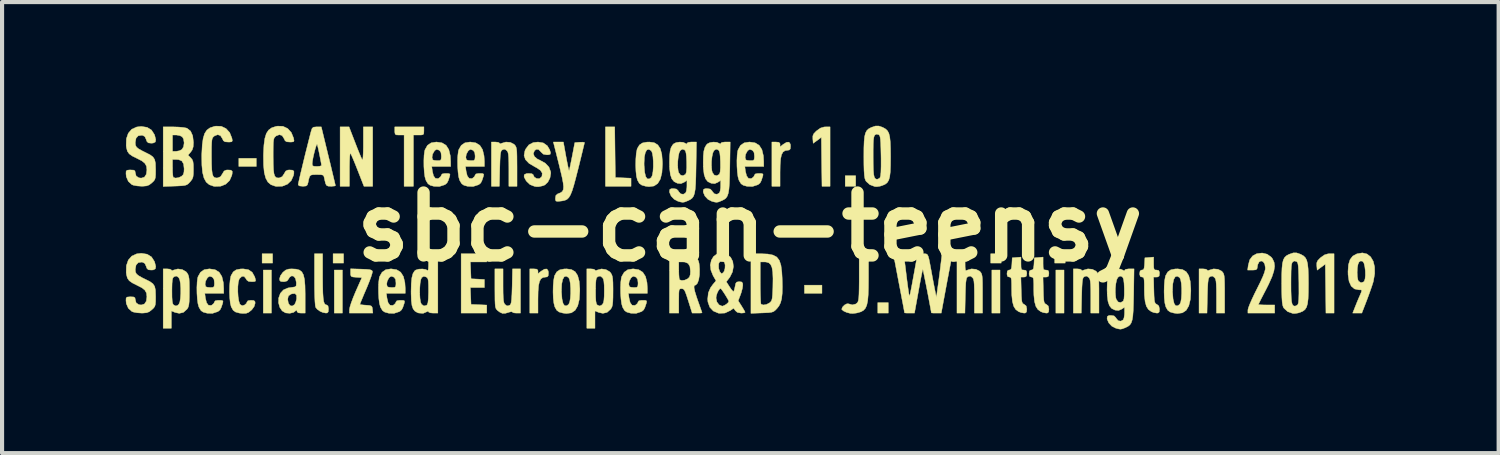
<source format=kicad_pcb>
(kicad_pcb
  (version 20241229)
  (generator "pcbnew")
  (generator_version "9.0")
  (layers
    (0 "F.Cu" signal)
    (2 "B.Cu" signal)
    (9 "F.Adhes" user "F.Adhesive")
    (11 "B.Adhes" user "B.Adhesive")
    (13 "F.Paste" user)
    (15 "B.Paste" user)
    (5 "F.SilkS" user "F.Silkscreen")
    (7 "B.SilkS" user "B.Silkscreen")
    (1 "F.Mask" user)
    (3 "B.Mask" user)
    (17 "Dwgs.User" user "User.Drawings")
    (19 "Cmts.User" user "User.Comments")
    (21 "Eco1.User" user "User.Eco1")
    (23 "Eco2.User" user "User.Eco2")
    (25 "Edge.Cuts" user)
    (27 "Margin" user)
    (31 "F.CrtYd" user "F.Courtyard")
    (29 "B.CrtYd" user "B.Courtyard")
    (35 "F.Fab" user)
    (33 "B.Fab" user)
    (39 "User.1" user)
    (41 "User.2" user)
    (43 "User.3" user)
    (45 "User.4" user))
  (footprint "sbc-can-teensy"
    (layer "F.Cu")
    (at 15.131 2.454)
    (property "Reference" "sbc-can-teensy" (at 0 0 0) (layer "F.SilkS") (effects (font (size 1.524 1.524) (thickness 0.3))))
    (attr through_hole)
    (fp_poly (pts (xy -11.966 -1.468) (xy -12.39 -1.468) (xy -12.39 -1.665) (xy -11.966 -1.665) (xy -11.966 -1.468)) (stroke (width 0.01) (type solid)) (fill yes) (layer "F.SilkS"))
    (fp_poly (pts (xy -11.599 2.088) (xy -11.797 2.088) (xy -11.797 1.044) (xy -11.599 1.044) (xy -11.599 2.088)) (stroke (width 0.01) (type solid)) (fill yes) (layer "F.SilkS"))
    (fp_poly (pts (xy -11.571 0.875) (xy -11.825 0.875) (xy -11.825 0.649) (xy -11.571 0.649) (xy -11.571 0.875)) (stroke (width 0.01) (type solid)) (fill yes) (layer "F.SilkS"))
    (fp_poly (pts (xy -9.878 2.088) (xy -10.075 2.088) (xy -10.075 1.044) (xy -9.878 1.044) (xy -9.878 2.088)) (stroke (width 0.01) (type solid)) (fill yes) (layer "F.SilkS"))
    (fp_poly (pts (xy -9.85 0.875) (xy -10.104 0.875) (xy -10.104 0.649) (xy -9.85 0.649) (xy -9.85 0.875)) (stroke (width 0.01) (type solid)) (fill yes) (layer "F.SilkS"))
    (fp_poly (pts (xy 1.75 1.609) (xy 1.326 1.609) (xy 1.326 1.411) (xy 1.75 1.411) (xy 1.75 1.609)) (stroke (width 0.01) (type solid)) (fill yes) (layer "F.SilkS"))
    (fp_poly (pts (xy 2.568 -0.988) (xy 2.314 -0.988) (xy 2.314 -1.242) (xy 2.568 -1.242) (xy 2.568 -0.988)) (stroke (width 0.01) (type solid)) (fill yes) (layer "F.SilkS"))
    (fp_poly (pts (xy 3.358 2.088) (xy 3.104 2.088) (xy 3.104 1.834) (xy 3.358 1.834) (xy 3.358 2.088)) (stroke (width 0.01) (type solid)) (fill yes) (layer "F.SilkS"))
    (fp_poly (pts (xy 6.068 2.088) (xy 5.87 2.088) (xy 5.87 1.044) (xy 6.068 1.044) (xy 6.068 2.088)) (stroke (width 0.01) (type solid)) (fill yes) (layer "F.SilkS"))
    (fp_poly (pts (xy 6.096 0.875) (xy 5.842 0.875) (xy 5.842 0.649) (xy 6.096 0.649) (xy 6.096 0.875)) (stroke (width 0.01) (type solid)) (fill yes) (layer "F.SilkS"))
    (fp_poly (pts (xy 7.62 2.088) (xy 7.422 2.088) (xy 7.422 1.044) (xy 7.62 1.044) (xy 7.62 2.088)) (stroke (width 0.01) (type solid)) (fill yes) (layer "F.SilkS"))
    (fp_poly (pts (xy 7.648 0.875) (xy 7.394 0.875) (xy 7.394 0.649) (xy 7.648 0.649) (xy 7.648 0.875)) (stroke (width 0.01) (type solid)) (fill yes) (layer "F.SilkS"))
    (fp_poly (pts (xy -3.26 -1.199) (xy -2.879 -1.183) (xy -2.879 -0.988) (xy -3.5 -0.988) (xy -3.5 -2.427) (xy -3.275 -2.427) (xy -3.26 -1.199)) (stroke (width 0.01) (type solid)) (fill yes) (layer "F.SilkS"))
    (fp_poly (pts (xy -6.378 0.847) (xy -6.776 0.847) (xy -6.759 1.256) (xy -6.597 1.264) (xy -6.435 1.273) (xy -6.435 1.468) (xy -6.776 1.468) (xy -6.768 1.672) (xy -6.759 1.877) (xy -6.378 1.893) (xy -6.378 2.088) (xy -6.999 2.088) (xy -6.999 0.649) (xy -6.378 0.649) (xy -6.378 0.847)) (stroke (width 0.01) (type solid)) (fill yes) (layer "F.SilkS"))
    (fp_poly (pts (xy 1.947 -0.988) (xy 1.751 -0.988) (xy 1.743 -1.582) (xy 1.736 -2.175) (xy 1.538 -2.029) (xy 1.529 -2.136) (xy 1.529 -2.207) (xy 1.551 -2.261) (xy 1.606 -2.319) (xy 1.625 -2.335) (xy 1.715 -2.399) (xy 1.801 -2.425) (xy 1.839 -2.427) (xy 1.947 -2.427) (xy 1.947 -0.988)) (stroke (width 0.01) (type solid)) (fill yes) (layer "F.SilkS"))
    (fp_poly (pts (xy 14.168 2.088) (xy 13.971 2.088) (xy 13.964 1.495) (xy 13.956 0.901) (xy 13.758 1.047) (xy 13.749 0.94) (xy 13.749 0.869) (xy 13.771 0.816) (xy 13.826 0.758) (xy 13.845 0.741) (xy 13.935 0.677) (xy 14.021 0.651) (xy 14.059 0.649) (xy 14.168 0.649) (xy 14.168 2.088)) (stroke (width 0.01) (type solid)) (fill yes) (layer "F.SilkS"))
    (fp_poly (pts (xy -7.902 -2.328) (xy -7.905 -2.268) (xy -7.923 -2.239) (xy -7.973 -2.23) (xy -8.029 -2.23) (xy -8.156 -2.23) (xy -8.156 -0.988) (xy -8.382 -0.988) (xy -8.382 -2.23) (xy -8.495 -2.23) (xy -8.567 -2.233) (xy -8.599 -2.251) (xy -8.608 -2.299) (xy -8.608 -2.328) (xy -8.608 -2.427) (xy -7.902 -2.427) (xy -7.902 -2.328)) (stroke (width 0.01) (type solid)) (fill yes) (layer "F.SilkS"))
    (fp_poly (pts (xy -5.167 1.022) (xy -5.14 1.046) (xy -5.136 1.074) (xy -5.136 1.133) (xy -5.062 1.074) (xy -4.977 1.022) (xy -4.919 1.019) (xy -4.888 1.065) (xy -4.882 1.115) (xy -4.888 1.182) (xy -4.912 1.21) (xy -4.946 1.214) (xy -5.014 1.224) (xy -5.065 1.258) (xy -5.1 1.323) (xy -5.122 1.424) (xy -5.133 1.569) (xy -5.136 1.752) (xy -5.136 2.088) (xy -5.334 2.088) (xy -5.334 1.016) (xy -5.235 1.016) (xy -5.167 1.022)) (stroke (width 0.01) (type solid)) (fill yes) (layer "F.SilkS"))
    (fp_poly (pts (xy 0.703 -2.054) (xy 0.73 -2.03) (xy 0.734 -2.002) (xy 0.734 -1.943) (xy 0.808 -2.002) (xy 0.893 -2.054) (xy 0.951 -2.057) (xy 0.983 -2.011) (xy 0.988 -1.961) (xy 0.982 -1.894) (xy 0.958 -1.867) (xy 0.924 -1.862) (xy 0.856 -1.852) (xy 0.806 -1.818) (xy 0.77 -1.753) (xy 0.748 -1.652) (xy 0.737 -1.507) (xy 0.734 -1.325) (xy 0.734 -0.988) (xy 0.536 -0.988) (xy 0.536 -2.06) (xy 0.635 -2.06) (xy 0.703 -2.054)) (stroke (width 0.01) (type solid)) (fill yes) (layer "F.SilkS"))
    (fp_poly (pts (xy -10.358 1.215) (xy -10.356 1.432) (xy -10.352 1.598) (xy -10.344 1.72) (xy -10.332 1.805) (xy -10.314 1.857) (xy -10.289 1.884) (xy -10.258 1.891) (xy -10.227 1.914) (xy -10.216 1.985) (xy -10.216 1.99) (xy -10.222 2.057) (xy -10.246 2.084) (xy -10.28 2.087) (xy -10.352 2.073) (xy -10.42 2.044) (xy -10.486 1.997) (xy -10.526 1.949) (xy -10.536 1.902) (xy -10.544 1.806) (xy -10.55 1.667) (xy -10.554 1.491) (xy -10.555 1.285) (xy -10.555 1.272) (xy -10.555 0.649) (xy -10.358 0.649) (xy -10.358 1.215)) (stroke (width 0.01) (type solid)) (fill yes) (layer "F.SilkS"))
    (fp_poly (pts (xy -9.567 -2.039) (xy -9.513 -1.9) (xy -9.464 -1.779) (xy -9.425 -1.687) (xy -9.399 -1.633) (xy -9.394 -1.624) (xy -9.385 -1.641) (xy -9.378 -1.705) (xy -9.373 -1.809) (xy -9.37 -1.942) (xy -9.37 -2.012) (xy -9.37 -2.427) (xy -9.144 -2.427) (xy -9.144 -0.988) (xy -9.25 -0.988) (xy -9.356 -0.988) (xy -9.508 -1.376) (xy -9.563 -1.515) (xy -9.613 -1.636) (xy -9.653 -1.728) (xy -9.679 -1.782) (xy -9.684 -1.791) (xy -9.693 -1.774) (xy -9.7 -1.709) (xy -9.705 -1.605) (xy -9.708 -1.469) (xy -9.708 -1.403) (xy -9.708 -0.988) (xy -9.934 -0.988) (xy -9.934 -2.427) (xy -9.717 -2.427) (xy -9.567 -2.039)) (stroke (width 0.01) (type solid)) (fill yes) (layer "F.SilkS"))
    (fp_poly (pts (xy 2.879 1.23) (xy 2.877 1.465) (xy 2.871 1.649) (xy 2.859 1.79) (xy 2.837 1.895) (xy 2.804 1.97) (xy 2.758 2.021) (xy 2.696 2.056) (xy 2.615 2.08) (xy 2.583 2.087) (xy 2.502 2.097) (xy 2.441 2.095) (xy 2.348 2.071) (xy 2.274 2.037) (xy 2.233 2.002) (xy 2.23 1.991) (xy 2.25 1.94) (xy 2.299 1.891) (xy 2.356 1.862) (xy 2.399 1.864) (xy 2.486 1.889) (xy 2.57 1.868) (xy 2.606 1.839) (xy 2.622 1.815) (xy 2.634 1.777) (xy 2.643 1.717) (xy 2.648 1.629) (xy 2.651 1.503) (xy 2.653 1.334) (xy 2.653 1.218) (xy 2.653 0.649) (xy 2.879 0.649) (xy 2.879 1.23)) (stroke (width 0.01) (type solid)) (fill yes) (layer "F.SilkS"))
    (fp_poly (pts (xy -9.419 1.022) (xy -9.294 1.027) (xy -9.215 1.035) (xy -9.171 1.049) (xy -9.152 1.069) (xy -9.149 1.079) (xy -9.157 1.122) (xy -9.183 1.206) (xy -9.225 1.319) (xy -9.278 1.451) (xy -9.297 1.496) (xy -9.354 1.628) (xy -9.401 1.741) (xy -9.436 1.825) (xy -9.453 1.871) (xy -9.454 1.876) (xy -9.429 1.884) (xy -9.364 1.892) (xy -9.306 1.896) (xy -9.22 1.903) (xy -9.175 1.918) (xy -9.156 1.949) (xy -9.149 1.997) (xy -9.14 2.088) (xy -9.708 2.088) (xy -9.707 1.997) (xy -9.695 1.936) (xy -9.664 1.838) (xy -9.618 1.715) (xy -9.562 1.58) (xy -9.556 1.566) (xy -9.406 1.228) (xy -9.543 1.219) (xy -9.625 1.212) (xy -9.665 1.197) (xy -9.679 1.162) (xy -9.68 1.112) (xy -9.68 1.014) (xy -9.419 1.022)) (stroke (width 0.01) (type solid)) (fill yes) (layer "F.SilkS"))
    (fp_poly (pts (xy -6.101 -2.053) (xy -6.069 -2.035) (xy -6.068 -2.031) (xy -6.051 -2.016) (xy -6.013 -2.031) (xy -5.912 -2.06) (xy -5.805 -2.051) (xy -5.717 -2.006) (xy -5.706 -1.995) (xy -5.683 -1.968) (xy -5.667 -1.936) (xy -5.656 -1.89) (xy -5.649 -1.82) (xy -5.646 -1.719) (xy -5.645 -1.576) (xy -5.644 -1.459) (xy -5.644 -0.988) (xy -5.842 -0.988) (xy -5.842 -1.395) (xy -5.843 -1.562) (xy -5.847 -1.681) (xy -5.854 -1.762) (xy -5.866 -1.813) (xy -5.883 -1.843) (xy -5.886 -1.847) (xy -5.935 -1.885) (xy -5.979 -1.881) (xy -6.011 -1.863) (xy -6.029 -1.842) (xy -6.041 -1.797) (xy -6.051 -1.72) (xy -6.057 -1.604) (xy -6.062 -1.441) (xy -6.063 -1.412) (xy -6.072 -0.988) (xy -6.265 -0.988) (xy -6.265 -2.06) (xy -6.167 -2.06) (xy -6.101 -2.053)) (stroke (width 0.01) (type solid)) (fill yes) (layer "F.SilkS"))
    (fp_poly (pts (xy 8.01 1.023) (xy 8.042 1.041) (xy 8.043 1.045) (xy 8.061 1.06) (xy 8.098 1.045) (xy 8.2 1.016) (xy 8.306 1.026) (xy 8.394 1.07) (xy 8.405 1.081) (xy 8.428 1.109) (xy 8.444 1.141) (xy 8.455 1.187) (xy 8.462 1.256) (xy 8.465 1.357) (xy 8.467 1.5) (xy 8.467 1.618) (xy 8.467 2.088) (xy 8.269 2.088) (xy 8.269 1.681) (xy 8.268 1.514) (xy 8.264 1.395) (xy 8.257 1.314) (xy 8.245 1.263) (xy 8.228 1.233) (xy 8.225 1.23) (xy 8.176 1.191) (xy 8.132 1.195) (xy 8.1 1.213) (xy 8.083 1.234) (xy 8.07 1.28) (xy 8.061 1.356) (xy 8.054 1.472) (xy 8.049 1.636) (xy 8.048 1.664) (xy 8.039 2.088) (xy 7.846 2.088) (xy 7.846 1.016) (xy 7.945 1.016) (xy 8.01 1.023)) (stroke (width 0.01) (type solid)) (fill yes) (layer "F.SilkS"))
    (fp_poly (pts (xy 11.058 1.023) (xy 11.09 1.041) (xy 11.091 1.045) (xy 11.109 1.06) (xy 11.146 1.045) (xy 11.248 1.016) (xy 11.354 1.026) (xy 11.442 1.07) (xy 11.453 1.081) (xy 11.476 1.109) (xy 11.492 1.141) (xy 11.503 1.187) (xy 11.51 1.256) (xy 11.513 1.357) (xy 11.515 1.5) (xy 11.515 1.618) (xy 11.515 2.088) (xy 11.317 2.088) (xy 11.317 1.681) (xy 11.316 1.514) (xy 11.312 1.395) (xy 11.305 1.314) (xy 11.293 1.263) (xy 11.276 1.233) (xy 11.273 1.23) (xy 11.224 1.191) (xy 11.18 1.195) (xy 11.148 1.213) (xy 11.131 1.234) (xy 11.118 1.28) (xy 11.109 1.356) (xy 11.102 1.472) (xy 11.097 1.636) (xy 11.096 1.664) (xy 11.087 2.088) (xy 10.894 2.088) (xy 10.894 1.016) (xy 10.993 1.016) (xy 11.058 1.023)) (stroke (width 0.01) (type solid)) (fill yes) (layer "F.SilkS"))
    (fp_poly (pts (xy 5.221 0.862) (xy 5.222 0.969) (xy 5.227 1.03) (xy 5.238 1.055) (xy 5.26 1.053) (xy 5.276 1.045) (xy 5.377 1.016) (xy 5.484 1.026) (xy 5.572 1.07) (xy 5.583 1.081) (xy 5.606 1.109) (xy 5.622 1.141) (xy 5.633 1.187) (xy 5.64 1.256) (xy 5.643 1.357) (xy 5.644 1.5) (xy 5.644 1.618) (xy 5.644 2.088) (xy 5.447 2.088) (xy 5.447 1.681) (xy 5.446 1.514) (xy 5.442 1.395) (xy 5.435 1.314) (xy 5.423 1.263) (xy 5.406 1.233) (xy 5.403 1.23) (xy 5.354 1.191) (xy 5.309 1.195) (xy 5.278 1.213) (xy 5.26 1.234) (xy 5.248 1.28) (xy 5.238 1.356) (xy 5.232 1.472) (xy 5.227 1.636) (xy 5.226 1.664) (xy 5.217 2.088) (xy 5.024 2.088) (xy 5.024 0.649) (xy 5.221 0.649) (xy 5.221 0.862)) (stroke (width 0.01) (type solid)) (fill yes) (layer "F.SilkS"))
    (fp_poly (pts (xy -5.983 1.423) (xy -5.982 1.59) (xy -5.978 1.709) (xy -5.971 1.79) (xy -5.959 1.841) (xy -5.942 1.871) (xy -5.939 1.875) (xy -5.89 1.913) (xy -5.846 1.909) (xy -5.814 1.892) (xy -5.797 1.87) (xy -5.784 1.825) (xy -5.775 1.748) (xy -5.768 1.632) (xy -5.763 1.469) (xy -5.762 1.44) (xy -5.753 1.016) (xy -5.56 1.016) (xy -5.56 2.088) (xy -5.659 2.088) (xy -5.724 2.082) (xy -5.756 2.065) (xy -5.757 2.062) (xy -5.78 2.053) (xy -5.837 2.066) (xy -5.849 2.071) (xy -5.928 2.093) (xy -5.995 2.095) (xy -5.997 2.095) (xy -6.059 2.067) (xy -6.117 2.024) (xy -6.14 2) (xy -6.157 1.972) (xy -6.169 1.93) (xy -6.175 1.866) (xy -6.179 1.771) (xy -6.18 1.635) (xy -6.181 1.491) (xy -6.181 1.016) (xy -5.983 1.016) (xy -5.983 1.423)) (stroke (width 0.01) (type solid)) (fill yes) (layer "F.SilkS"))
    (fp_poly (pts (xy -4.456 -1.708) (xy -4.431 -1.577) (xy -4.409 -1.469) (xy -4.392 -1.396) (xy -4.383 -1.366) (xy -4.382 -1.366) (xy -4.373 -1.396) (xy -4.356 -1.47) (xy -4.334 -1.578) (xy -4.308 -1.707) (xy -4.307 -1.711) (xy -4.243 -2.046) (xy -4.125 -2.055) (xy -4.053 -2.057) (xy -4.011 -2.051) (xy -4.008 -2.047) (xy -4.014 -2.016) (xy -4.033 -1.938) (xy -4.061 -1.821) (xy -4.097 -1.674) (xy -4.139 -1.503) (xy -4.164 -1.403) (xy -4.221 -1.18) (xy -4.268 -1.006) (xy -4.309 -0.875) (xy -4.348 -0.779) (xy -4.387 -0.714) (xy -4.43 -0.672) (xy -4.482 -0.647) (xy -4.544 -0.633) (xy -4.583 -0.628) (xy -4.662 -0.621) (xy -4.7 -0.629) (xy -4.712 -0.659) (xy -4.713 -0.699) (xy -4.702 -0.765) (xy -4.658 -0.803) (xy -4.628 -0.814) (xy -4.577 -0.836) (xy -4.542 -0.866) (xy -4.521 -0.91) (xy -4.516 -0.977) (xy -4.526 -1.071) (xy -4.551 -1.202) (xy -4.592 -1.375) (xy -4.627 -1.52) (xy -4.763 -2.06) (xy -4.52 -2.06) (xy -4.456 -1.708)) (stroke (width 0.01) (type solid)) (fill yes) (layer "F.SilkS"))
    (fp_poly (pts (xy -4.322 1.033) (xy -4.234 1.085) (xy -4.174 1.177) (xy -4.137 1.314) (xy -4.122 1.499) (xy -4.122 1.552) (xy -4.134 1.757) (xy -4.172 1.913) (xy -4.236 2.021) (xy -4.327 2.082) (xy -4.448 2.098) (xy -4.532 2.087) (xy -4.625 2.061) (xy -4.682 2.018) (xy -4.724 1.944) (xy -4.73 1.931) (xy -4.751 1.845) (xy -4.765 1.721) (xy -4.77 1.577) (xy -4.769 1.533) (xy -4.567 1.533) (xy -4.566 1.583) (xy -4.553 1.747) (xy -4.527 1.856) (xy -4.488 1.91) (xy -4.436 1.909) (xy -4.391 1.875) (xy -4.367 1.822) (xy -4.351 1.728) (xy -4.343 1.612) (xy -4.344 1.487) (xy -4.352 1.371) (xy -4.368 1.279) (xy -4.392 1.228) (xy -4.451 1.192) (xy -4.5 1.208) (xy -4.537 1.272) (xy -4.56 1.382) (xy -4.567 1.533) (xy -4.769 1.533) (xy -4.767 1.43) (xy -4.756 1.297) (xy -4.738 1.196) (xy -4.73 1.173) (xy -4.68 1.088) (xy -4.608 1.039) (xy -4.502 1.018) (xy -4.438 1.016) (xy -4.322 1.033)) (stroke (width 0.01) (type solid)) (fill yes) (layer "F.SilkS"))
    (fp_poly (pts (xy -2.318 -2.044) (xy -2.231 -1.991) (xy -2.17 -1.899) (xy -2.133 -1.762) (xy -2.119 -1.578) (xy -2.118 -1.524) (xy -2.13 -1.319) (xy -2.168 -1.163) (xy -2.232 -1.055) (xy -2.323 -0.994) (xy -2.444 -0.978) (xy -2.528 -0.989) (xy -2.621 -1.016) (xy -2.678 -1.058) (xy -2.721 -1.132) (xy -2.726 -1.146) (xy -2.748 -1.231) (xy -2.761 -1.355) (xy -2.766 -1.499) (xy -2.765 -1.543) (xy -2.563 -1.543) (xy -2.562 -1.493) (xy -2.549 -1.329) (xy -2.523 -1.22) (xy -2.484 -1.166) (xy -2.432 -1.167) (xy -2.387 -1.201) (xy -2.363 -1.255) (xy -2.347 -1.348) (xy -2.339 -1.465) (xy -2.34 -1.589) (xy -2.348 -1.705) (xy -2.365 -1.797) (xy -2.388 -1.848) (xy -2.447 -1.884) (xy -2.496 -1.869) (xy -2.533 -1.804) (xy -2.556 -1.695) (xy -2.563 -1.543) (xy -2.765 -1.543) (xy -2.763 -1.647) (xy -2.753 -1.779) (xy -2.734 -1.88) (xy -2.726 -1.904) (xy -2.676 -1.988) (xy -2.604 -2.037) (xy -2.498 -2.058) (xy -2.434 -2.06) (xy -2.318 -2.044)) (stroke (width 0.01) (type solid)) (fill yes) (layer "F.SilkS"))
    (fp_poly (pts (xy 10.495 1.033) (xy 10.582 1.085) (xy 10.643 1.177) (xy 10.68 1.314) (xy 10.694 1.499) (xy 10.695 1.552) (xy 10.683 1.757) (xy 10.645 1.913) (xy 10.581 2.021) (xy 10.489 2.082) (xy 10.369 2.098) (xy 10.284 2.087) (xy 10.192 2.061) (xy 10.135 2.018) (xy 10.092 1.944) (xy 10.087 1.931) (xy 10.065 1.845) (xy 10.052 1.721) (xy 10.047 1.577) (xy 10.048 1.533) (xy 10.25 1.533) (xy 10.251 1.583) (xy 10.264 1.747) (xy 10.29 1.856) (xy 10.328 1.91) (xy 10.38 1.909) (xy 10.426 1.875) (xy 10.45 1.822) (xy 10.466 1.728) (xy 10.473 1.612) (xy 10.473 1.487) (xy 10.465 1.371) (xy 10.448 1.279) (xy 10.425 1.228) (xy 10.366 1.192) (xy 10.317 1.208) (xy 10.28 1.272) (xy 10.257 1.382) (xy 10.25 1.533) (xy 10.048 1.533) (xy 10.05 1.43) (xy 10.06 1.297) (xy 10.079 1.196) (xy 10.087 1.173) (xy 10.137 1.088) (xy 10.209 1.039) (xy 10.315 1.018) (xy 10.379 1.016) (xy 10.495 1.033)) (stroke (width 0.01) (type solid)) (fill yes) (layer "F.SilkS"))
    (fp_poly (pts (xy 12.546 0.66) (xy 12.645 0.732) (xy 12.675 0.771) (xy 12.714 0.855) (xy 12.726 0.951) (xy 12.709 1.066) (xy 12.663 1.206) (xy 12.586 1.379) (xy 12.519 1.513) (xy 12.452 1.641) (xy 12.396 1.75) (xy 12.356 1.831) (xy 12.335 1.875) (xy 12.333 1.88) (xy 12.359 1.885) (xy 12.427 1.889) (xy 12.523 1.891) (xy 12.531 1.891) (xy 12.728 1.891) (xy 12.728 2.088) (xy 12.079 2.088) (xy 12.079 2.01) (xy 12.092 1.958) (xy 12.126 1.868) (xy 12.179 1.748) (xy 12.244 1.61) (xy 12.291 1.516) (xy 12.379 1.339) (xy 12.442 1.202) (xy 12.481 1.1) (xy 12.5 1.025) (xy 12.502 0.992) (xy 12.487 0.898) (xy 12.448 0.841) (xy 12.399 0.823) (xy 12.351 0.846) (xy 12.317 0.913) (xy 12.31 0.955) (xy 12.3 1.012) (xy 12.273 1.038) (xy 12.212 1.044) (xy 12.186 1.044) (xy 12.072 1.044) (xy 12.087 0.93) (xy 12.123 0.795) (xy 12.193 0.702) (xy 12.293 0.648) (xy 12.424 0.631) (xy 12.546 0.66)) (stroke (width 0.01) (type solid)) (fill yes) (layer "F.SilkS"))
    (fp_poly (pts (xy 0.437 0.656) (xy 0.563 0.681) (xy 0.655 0.73) (xy 0.717 0.811) (xy 0.756 0.93) (xy 0.777 1.094) (xy 0.785 1.236) (xy 0.79 1.448) (xy 0.786 1.612) (xy 0.772 1.739) (xy 0.746 1.837) (xy 0.708 1.914) (xy 0.663 1.972) (xy 0.618 2.019) (xy 0.578 2.05) (xy 0.529 2.067) (xy 0.458 2.077) (xy 0.349 2.082) (xy 0.299 2.084) (xy 0.028 2.094) (xy 0.028 0.847) (xy 0.254 0.847) (xy 0.254 1.35) (xy 0.255 1.513) (xy 0.258 1.656) (xy 0.262 1.77) (xy 0.267 1.845) (xy 0.273 1.872) (xy 0.327 1.891) (xy 0.402 1.88) (xy 0.477 1.842) (xy 0.483 1.837) (xy 0.512 1.81) (xy 0.532 1.776) (xy 0.544 1.724) (xy 0.552 1.642) (xy 0.558 1.52) (xy 0.56 1.456) (xy 0.563 1.251) (xy 0.557 1.097) (xy 0.539 0.985) (xy 0.507 0.911) (xy 0.46 0.868) (xy 0.394 0.849) (xy 0.351 0.847) (xy 0.254 0.847) (xy 0.028 0.847) (xy 0.028 0.649) (xy 0.27 0.649) (xy 0.437 0.656)) (stroke (width 0.01) (type solid)) (fill yes) (layer "F.SilkS"))
    (fp_poly (pts (xy 6.576 0.887) (xy 6.578 0.977) (xy 6.587 1.024) (xy 6.61 1.042) (xy 6.646 1.044) (xy 6.697 1.053) (xy 6.715 1.092) (xy 6.717 1.129) (xy 6.709 1.189) (xy 6.677 1.211) (xy 6.645 1.214) (xy 6.574 1.214) (xy 6.582 1.531) (xy 6.586 1.669) (xy 6.592 1.762) (xy 6.601 1.819) (xy 6.617 1.852) (xy 6.64 1.87) (xy 6.653 1.876) (xy 6.702 1.916) (xy 6.717 1.988) (xy 6.717 1.996) (xy 6.71 2.061) (xy 6.683 2.085) (xy 6.653 2.088) (xy 6.579 2.075) (xy 6.519 2.052) (xy 6.449 2.001) (xy 6.4 1.922) (xy 6.369 1.808) (xy 6.353 1.652) (xy 6.35 1.517) (xy 6.349 1.383) (xy 6.346 1.295) (xy 6.338 1.245) (xy 6.324 1.221) (xy 6.302 1.214) (xy 6.294 1.214) (xy 6.252 1.2) (xy 6.238 1.151) (xy 6.237 1.129) (xy 6.246 1.067) (xy 6.279 1.045) (xy 6.292 1.044) (xy 6.325 1.036) (xy 6.344 1.001) (xy 6.354 0.927) (xy 6.356 0.896) (xy 6.364 0.748) (xy 6.47 0.739) (xy 6.576 0.73) (xy 6.576 0.887)) (stroke (width 0.01) (type solid)) (fill yes) (layer "F.SilkS"))
    (fp_poly (pts (xy 7.112 0.887) (xy 7.114 0.977) (xy 7.123 1.024) (xy 7.147 1.042) (xy 7.183 1.044) (xy 7.233 1.053) (xy 7.251 1.092) (xy 7.253 1.129) (xy 7.246 1.189) (xy 7.213 1.211) (xy 7.182 1.214) (xy 7.11 1.214) (xy 7.118 1.531) (xy 7.122 1.669) (xy 7.128 1.762) (xy 7.137 1.819) (xy 7.153 1.852) (xy 7.176 1.87) (xy 7.19 1.876) (xy 7.238 1.916) (xy 7.253 1.988) (xy 7.253 1.996) (xy 7.246 2.061) (xy 7.219 2.085) (xy 7.19 2.088) (xy 7.115 2.075) (xy 7.056 2.052) (xy 6.986 2.001) (xy 6.936 1.922) (xy 6.905 1.808) (xy 6.889 1.652) (xy 6.886 1.517) (xy 6.886 1.383) (xy 6.882 1.295) (xy 6.875 1.245) (xy 6.861 1.221) (xy 6.839 1.214) (xy 6.83 1.214) (xy 6.788 1.2) (xy 6.774 1.151) (xy 6.773 1.129) (xy 6.782 1.067) (xy 6.816 1.045) (xy 6.828 1.044) (xy 6.861 1.036) (xy 6.88 1.001) (xy 6.89 0.927) (xy 6.892 0.896) (xy 6.9 0.748) (xy 7.006 0.739) (xy 7.112 0.73) (xy 7.112 0.887)) (stroke (width 0.01) (type solid)) (fill yes) (layer "F.SilkS"))
    (fp_poly (pts (xy 9.793 0.887) (xy 9.795 0.977) (xy 9.804 1.024) (xy 9.828 1.042) (xy 9.864 1.044) (xy 9.914 1.053) (xy 9.933 1.092) (xy 9.934 1.129) (xy 9.927 1.189) (xy 9.894 1.211) (xy 9.863 1.214) (xy 9.791 1.214) (xy 9.799 1.531) (xy 9.803 1.669) (xy 9.809 1.762) (xy 9.819 1.819) (xy 9.834 1.852) (xy 9.857 1.87) (xy 9.871 1.876) (xy 9.919 1.916) (xy 9.934 1.988) (xy 9.934 1.996) (xy 9.928 2.061) (xy 9.9 2.085) (xy 9.871 2.088) (xy 9.796 2.075) (xy 9.737 2.052) (xy 9.667 2.001) (xy 9.617 1.922) (xy 9.586 1.808) (xy 9.57 1.652) (xy 9.567 1.517) (xy 9.567 1.383) (xy 9.563 1.295) (xy 9.556 1.245) (xy 9.542 1.221) (xy 9.52 1.214) (xy 9.511 1.214) (xy 9.47 1.2) (xy 9.455 1.151) (xy 9.454 1.129) (xy 9.464 1.067) (xy 9.497 1.045) (xy 9.509 1.044) (xy 9.543 1.036) (xy 9.561 1.001) (xy 9.571 0.927) (xy 9.573 0.896) (xy 9.581 0.748) (xy 9.687 0.739) (xy 9.793 0.73) (xy 9.793 0.887)) (stroke (width 0.01) (type solid)) (fill yes) (layer "F.SilkS"))
    (fp_poly (pts (xy -12.157 1.036) (xy -12.066 1.098) (xy -12.006 1.206) (xy -11.996 1.237) (xy -11.982 1.295) (xy -11.995 1.32) (xy -12.047 1.326) (xy -12.077 1.326) (xy -12.154 1.319) (xy -12.197 1.287) (xy -12.216 1.254) (xy -12.261 1.199) (xy -12.315 1.197) (xy -12.368 1.246) (xy -12.383 1.27) (xy -12.403 1.341) (xy -12.413 1.445) (xy -12.414 1.566) (xy -12.407 1.687) (xy -12.391 1.791) (xy -12.368 1.863) (xy -12.358 1.879) (xy -12.309 1.909) (xy -12.254 1.894) (xy -12.252 1.893) (xy -12.205 1.852) (xy -12.192 1.819) (xy -12.169 1.788) (xy -12.097 1.778) (xy -12.093 1.778) (xy -12.026 1.783) (xy -11.999 1.807) (xy -11.994 1.846) (xy -12.018 1.928) (xy -12.077 2.009) (xy -12.154 2.071) (xy -12.213 2.093) (xy -12.3 2.096) (xy -12.378 2.087) (xy -12.471 2.061) (xy -12.528 2.018) (xy -12.57 1.944) (xy -12.576 1.931) (xy -12.597 1.845) (xy -12.61 1.721) (xy -12.616 1.577) (xy -12.613 1.43) (xy -12.602 1.297) (xy -12.584 1.196) (xy -12.575 1.173) (xy -12.525 1.088) (xy -12.454 1.039) (xy -12.348 1.018) (xy -12.283 1.016) (xy -12.157 1.036)) (stroke (width 0.01) (type solid)) (fill yes) (layer "F.SilkS"))
    (fp_poly (pts (xy 14.965 0.654) (xy 15.054 0.723) (xy 15.117 0.829) (xy 15.151 0.967) (xy 15.153 1.132) (xy 15.121 1.318) (xy 15.11 1.356) (xy 15.08 1.448) (xy 15.036 1.574) (xy 14.985 1.713) (xy 14.953 1.799) (xy 14.841 2.088) (xy 14.62 2.088) (xy 14.678 1.94) (xy 14.723 1.828) (xy 14.771 1.714) (xy 14.791 1.669) (xy 14.826 1.586) (xy 14.839 1.543) (xy 14.828 1.526) (xy 14.79 1.524) (xy 14.772 1.524) (xy 14.664 1.502) (xy 14.584 1.434) (xy 14.532 1.32) (xy 14.508 1.158) (xy 14.507 1.1) (xy 14.728 1.1) (xy 14.732 1.203) (xy 14.747 1.284) (xy 14.762 1.314) (xy 14.82 1.352) (xy 14.88 1.334) (xy 14.899 1.315) (xy 14.919 1.26) (xy 14.928 1.171) (xy 14.926 1.066) (xy 14.914 0.964) (xy 14.894 0.881) (xy 14.867 0.836) (xy 14.867 0.836) (xy 14.816 0.822) (xy 14.773 0.85) (xy 14.749 0.904) (xy 14.733 0.993) (xy 14.728 1.1) (xy 14.507 1.1) (xy 14.506 1.08) (xy 14.518 0.913) (xy 14.556 0.79) (xy 14.622 0.705) (xy 14.722 0.651) (xy 14.722 0.651) (xy 14.854 0.628) (xy 14.965 0.654)) (stroke (width 0.01) (type solid)) (fill yes) (layer "F.SilkS"))
    (fp_poly (pts (xy -14.06 1.023) (xy -14.027 1.041) (xy -14.026 1.045) (xy -14.007 1.059) (xy -13.969 1.044) (xy -13.867 1.017) (xy -13.76 1.033) (xy -13.67 1.085) (xy -13.648 1.11) (xy -13.623 1.149) (xy -13.607 1.194) (xy -13.596 1.256) (xy -13.591 1.348) (xy -13.589 1.48) (xy -13.589 1.552) (xy -13.59 1.705) (xy -13.594 1.813) (xy -13.602 1.887) (xy -13.615 1.938) (xy -13.636 1.978) (xy -13.648 1.994) (xy -13.734 2.071) (xy -13.835 2.094) (xy -13.935 2.072) (xy -14.026 2.035) (xy -14.026 2.455) (xy -14.224 2.455) (xy -14.224 1.552) (xy -14.012 1.552) (xy -14.011 1.697) (xy -14.005 1.794) (xy -13.994 1.854) (xy -13.977 1.886) (xy -13.97 1.891) (xy -13.916 1.916) (xy -13.874 1.901) (xy -13.845 1.875) (xy -13.821 1.822) (xy -13.806 1.729) (xy -13.798 1.613) (xy -13.798 1.488) (xy -13.806 1.372) (xy -13.822 1.281) (xy -13.845 1.23) (xy -13.894 1.191) (xy -13.938 1.195) (xy -13.97 1.213) (xy -13.989 1.237) (xy -14.002 1.287) (xy -14.009 1.371) (xy -14.012 1.499) (xy -14.012 1.552) (xy -14.224 1.552) (xy -14.224 1.016) (xy -14.125 1.016) (xy -14.06 1.023)) (stroke (width 0.01) (type solid)) (fill yes) (layer "F.SilkS"))
    (fp_poly (pts (xy -3.787 1.023) (xy -3.754 1.041) (xy -3.754 1.045) (xy -3.734 1.059) (xy -3.696 1.044) (xy -3.595 1.017) (xy -3.488 1.033) (xy -3.398 1.085) (xy -3.375 1.11) (xy -3.351 1.149) (xy -3.334 1.194) (xy -3.324 1.256) (xy -3.318 1.348) (xy -3.316 1.48) (xy -3.316 1.552) (xy -3.317 1.705) (xy -3.321 1.813) (xy -3.329 1.887) (xy -3.342 1.938) (xy -3.364 1.978) (xy -3.375 1.994) (xy -3.461 2.071) (xy -3.562 2.094) (xy -3.662 2.072) (xy -3.754 2.035) (xy -3.754 2.455) (xy -3.951 2.455) (xy -3.951 1.552) (xy -3.739 1.552) (xy -3.738 1.697) (xy -3.732 1.794) (xy -3.721 1.854) (xy -3.704 1.886) (xy -3.697 1.891) (xy -3.643 1.916) (xy -3.601 1.901) (xy -3.572 1.875) (xy -3.55 1.839) (xy -3.537 1.777) (xy -3.53 1.679) (xy -3.528 1.552) (xy -3.53 1.413) (xy -3.538 1.319) (xy -3.552 1.261) (xy -3.572 1.23) (xy -3.621 1.191) (xy -3.665 1.195) (xy -3.697 1.213) (xy -3.717 1.237) (xy -3.729 1.287) (xy -3.736 1.371) (xy -3.739 1.499) (xy -3.739 1.552) (xy -3.951 1.552) (xy -3.951 1.016) (xy -3.852 1.016) (xy -3.787 1.023)) (stroke (width 0.01) (type solid)) (fill yes) (layer "F.SilkS"))
    (fp_poly (pts (xy -7.564 2.088) (xy -7.676 2.088) (xy -7.75 2.081) (xy -7.787 2.063) (xy -7.789 2.057) (xy -7.804 2.04) (xy -7.825 2.053) (xy -7.92 2.094) (xy -8.03 2.086) (xy -8.061 2.075) (xy -8.121 2.039) (xy -8.163 1.986) (xy -8.191 1.906) (xy -8.206 1.79) (xy -8.212 1.63) (xy -8.212 1.61) (xy -8.004 1.61) (xy -7.997 1.727) (xy -7.983 1.82) (xy -7.962 1.872) (xy -7.903 1.915) (xy -7.843 1.902) (xy -7.823 1.885) (xy -7.805 1.837) (xy -7.794 1.734) (xy -7.789 1.581) (xy -7.789 1.548) (xy -7.79 1.412) (xy -7.794 1.322) (xy -7.803 1.267) (xy -7.818 1.235) (xy -7.843 1.215) (xy -7.849 1.212) (xy -7.905 1.195) (xy -7.953 1.224) (xy -7.955 1.226) (xy -7.978 1.278) (xy -7.994 1.37) (xy -8.002 1.486) (xy -8.004 1.61) (xy -8.212 1.61) (xy -8.213 1.569) (xy -8.208 1.375) (xy -8.194 1.231) (xy -8.168 1.131) (xy -8.129 1.067) (xy -8.099 1.044) (xy -8.024 1.022) (xy -7.935 1.018) (xy -7.857 1.031) (xy -7.823 1.05) (xy -7.806 1.055) (xy -7.795 1.024) (xy -7.79 0.949) (xy -7.789 0.866) (xy -7.789 0.649) (xy -7.564 0.649) (xy -7.564 2.088)) (stroke (width 0.01) (type solid)) (fill yes) (layer "F.SilkS"))
    (fp_poly (pts (xy -5.006 -2.038) (xy -4.91 -1.97) (xy -4.852 -1.872) (xy -4.83 -1.798) (xy -4.841 -1.762) (xy -4.892 -1.75) (xy -4.922 -1.75) (xy -5.005 -1.765) (xy -5.062 -1.818) (xy -5.063 -1.82) (xy -5.121 -1.88) (xy -5.178 -1.883) (xy -5.221 -1.849) (xy -5.248 -1.78) (xy -5.224 -1.711) (xy -5.154 -1.65) (xy -5.093 -1.621) (xy -4.96 -1.548) (xy -4.87 -1.452) (xy -4.828 -1.337) (xy -4.826 -1.303) (xy -4.845 -1.19) (xy -4.896 -1.09) (xy -4.967 -1.021) (xy -5.016 -1) (xy -5.083 -0.985) (xy -5.122 -0.977) (xy -5.17 -0.977) (xy -5.221 -0.986) (xy -5.329 -1.028) (xy -5.411 -1.106) (xy -5.427 -1.128) (xy -5.472 -1.212) (xy -5.47 -1.266) (xy -5.419 -1.294) (xy -5.362 -1.298) (xy -5.283 -1.291) (xy -5.251 -1.267) (xy -5.249 -1.257) (xy -5.225 -1.21) (xy -5.17 -1.176) (xy -5.108 -1.171) (xy -5.098 -1.174) (xy -5.051 -1.213) (xy -5.039 -1.234) (xy -5.033 -1.307) (xy -5.077 -1.375) (xy -5.174 -1.44) (xy -5.21 -1.459) (xy -5.352 -1.542) (xy -5.439 -1.633) (xy -5.473 -1.733) (xy -5.453 -1.845) (xy -5.433 -1.891) (xy -5.357 -1.991) (xy -5.253 -2.046) (xy -5.135 -2.06) (xy -5.006 -2.038)) (stroke (width 0.01) (type solid)) (fill yes) (layer "F.SilkS"))
    (fp_poly (pts (xy -12.815 -2.441) (xy -12.701 -2.387) (xy -12.612 -2.29) (xy -12.558 -2.155) (xy -12.557 -2.152) (xy -12.547 -2.093) (xy -12.56 -2.067) (xy -12.611 -2.06) (xy -12.648 -2.06) (xy -12.723 -2.066) (xy -12.764 -2.091) (xy -12.788 -2.142) (xy -12.835 -2.216) (xy -12.902 -2.239) (xy -12.98 -2.209) (xy -12.989 -2.201) (xy -13.014 -2.179) (xy -13.031 -2.152) (xy -13.042 -2.11) (xy -13.048 -2.044) (xy -13.052 -1.945) (xy -13.053 -1.803) (xy -13.053 -1.714) (xy -13.051 -1.526) (xy -13.045 -1.387) (xy -13.033 -1.291) (xy -13.012 -1.231) (xy -12.981 -1.199) (xy -12.937 -1.189) (xy -12.9 -1.191) (xy -12.832 -1.221) (xy -12.787 -1.291) (xy -12.748 -1.356) (xy -12.697 -1.38) (xy -12.657 -1.383) (xy -12.583 -1.378) (xy -12.55 -1.353) (xy -12.551 -1.296) (xy -12.56 -1.25) (xy -12.614 -1.127) (xy -12.707 -1.038) (xy -12.83 -0.989) (xy -12.973 -0.984) (xy -13.01 -0.991) (xy -13.107 -1.026) (xy -13.181 -1.089) (xy -13.234 -1.186) (xy -13.269 -1.321) (xy -13.286 -1.5) (xy -13.289 -1.728) (xy -13.288 -1.776) (xy -13.277 -1.987) (xy -13.255 -2.147) (xy -13.219 -2.266) (xy -13.164 -2.35) (xy -13.088 -2.405) (xy -12.987 -2.438) (xy -12.947 -2.446) (xy -12.815 -2.441)) (stroke (width 0.01) (type solid)) (fill yes) (layer "F.SilkS"))
    (fp_poly (pts (xy -11.319 -2.441) (xy -11.205 -2.387) (xy -11.117 -2.29) (xy -11.062 -2.155) (xy -11.062 -2.152) (xy -11.051 -2.093) (xy -11.064 -2.067) (xy -11.115 -2.06) (xy -11.152 -2.06) (xy -11.228 -2.066) (xy -11.268 -2.091) (xy -11.292 -2.142) (xy -11.339 -2.216) (xy -11.406 -2.239) (xy -11.484 -2.209) (xy -11.494 -2.201) (xy -11.518 -2.179) (xy -11.535 -2.152) (xy -11.546 -2.11) (xy -11.553 -2.044) (xy -11.556 -1.945) (xy -11.557 -1.803) (xy -11.557 -1.714) (xy -11.555 -1.526) (xy -11.549 -1.387) (xy -11.537 -1.291) (xy -11.516 -1.231) (xy -11.485 -1.199) (xy -11.441 -1.189) (xy -11.404 -1.191) (xy -11.337 -1.221) (xy -11.291 -1.291) (xy -11.253 -1.356) (xy -11.202 -1.38) (xy -11.162 -1.383) (xy -11.087 -1.378) (xy -11.055 -1.353) (xy -11.055 -1.296) (xy -11.064 -1.25) (xy -11.118 -1.127) (xy -11.211 -1.038) (xy -11.334 -0.989) (xy -11.477 -0.984) (xy -11.514 -0.991) (xy -11.611 -1.026) (xy -11.685 -1.089) (xy -11.738 -1.186) (xy -11.773 -1.321) (xy -11.79 -1.5) (xy -11.793 -1.728) (xy -11.792 -1.776) (xy -11.781 -1.987) (xy -11.759 -2.147) (xy -11.723 -2.266) (xy -11.668 -2.35) (xy -11.593 -2.405) (xy -11.491 -2.438) (xy -11.451 -2.446) (xy -11.319 -2.441)) (stroke (width 0.01) (type solid)) (fill yes) (layer "F.SilkS"))
    (fp_poly (pts (xy -12.965 1.036) (xy -12.867 1.097) (xy -12.801 1.201) (xy -12.765 1.35) (xy -12.757 1.489) (xy -12.756 1.609) (xy -13.215 1.609) (xy -13.2 1.725) (xy -13.172 1.836) (xy -13.128 1.896) (xy -13.067 1.903) (xy -13.042 1.893) (xy -12.995 1.852) (xy -12.982 1.819) (xy -12.962 1.79) (xy -12.896 1.778) (xy -12.871 1.778) (xy -12.801 1.78) (xy -12.774 1.795) (xy -12.778 1.834) (xy -12.784 1.856) (xy -12.816 1.951) (xy -12.845 2.008) (xy -12.883 2.041) (xy -12.906 2.054) (xy -13.03 2.095) (xy -13.154 2.091) (xy -13.168 2.088) (xy -13.254 2.064) (xy -13.306 2.029) (xy -13.347 1.963) (xy -13.36 1.936) (xy -13.381 1.86) (xy -13.396 1.745) (xy -13.405 1.608) (xy -13.407 1.466) (xy -13.403 1.389) (xy -13.208 1.389) (xy -13.192 1.445) (xy -13.189 1.449) (xy -13.15 1.462) (xy -13.082 1.468) (xy -13.076 1.468) (xy -13.016 1.464) (xy -12.989 1.442) (xy -12.982 1.385) (xy -12.982 1.356) (xy -12.991 1.273) (xy -13.022 1.225) (xy -13.044 1.211) (xy -13.095 1.194) (xy -13.135 1.217) (xy -13.157 1.241) (xy -13.195 1.313) (xy -13.208 1.389) (xy -13.403 1.389) (xy -13.401 1.336) (xy -13.388 1.235) (xy -13.378 1.202) (xy -13.318 1.097) (xy -13.231 1.036) (xy -13.107 1.016) (xy -13.097 1.016) (xy -12.965 1.036)) (stroke (width 0.01) (type solid)) (fill yes) (layer "F.SilkS"))
    (fp_poly (pts (xy -8.563 1.036) (xy -8.465 1.097) (xy -8.399 1.201) (xy -8.363 1.35) (xy -8.354 1.489) (xy -8.354 1.609) (xy -8.813 1.609) (xy -8.797 1.725) (xy -8.77 1.836) (xy -8.725 1.896) (xy -8.664 1.903) (xy -8.639 1.893) (xy -8.593 1.852) (xy -8.58 1.819) (xy -8.559 1.79) (xy -8.494 1.778) (xy -8.469 1.778) (xy -8.398 1.78) (xy -8.371 1.795) (xy -8.375 1.834) (xy -8.381 1.856) (xy -8.413 1.951) (xy -8.443 2.008) (xy -8.48 2.041) (xy -8.503 2.054) (xy -8.627 2.095) (xy -8.752 2.091) (xy -8.765 2.088) (xy -8.851 2.064) (xy -8.903 2.029) (xy -8.944 1.963) (xy -8.957 1.936) (xy -8.978 1.86) (xy -8.994 1.745) (xy -9.002 1.608) (xy -9.004 1.466) (xy -9.001 1.389) (xy -8.805 1.389) (xy -8.79 1.445) (xy -8.787 1.449) (xy -8.748 1.462) (xy -8.679 1.468) (xy -8.674 1.468) (xy -8.613 1.464) (xy -8.586 1.442) (xy -8.58 1.385) (xy -8.58 1.356) (xy -8.588 1.273) (xy -8.62 1.225) (xy -8.641 1.211) (xy -8.692 1.194) (xy -8.733 1.217) (xy -8.754 1.241) (xy -8.792 1.313) (xy -8.805 1.389) (xy -9.001 1.389) (xy -8.998 1.336) (xy -8.985 1.235) (xy -8.976 1.202) (xy -8.916 1.097) (xy -8.828 1.036) (xy -8.705 1.016) (xy -8.694 1.016) (xy -8.563 1.036)) (stroke (width 0.01) (type solid)) (fill yes) (layer "F.SilkS"))
    (fp_poly (pts (xy -7.462 -2.04) (xy -7.364 -1.98) (xy -7.298 -1.876) (xy -7.262 -1.726) (xy -7.254 -1.587) (xy -7.253 -1.468) (xy -7.712 -1.468) (xy -7.696 -1.351) (xy -7.669 -1.24) (xy -7.624 -1.18) (xy -7.564 -1.173) (xy -7.539 -1.184) (xy -7.492 -1.224) (xy -7.479 -1.257) (xy -7.459 -1.286) (xy -7.393 -1.298) (xy -7.368 -1.298) (xy -7.297 -1.296) (xy -7.27 -1.281) (xy -7.274 -1.242) (xy -7.28 -1.221) (xy -7.312 -1.125) (xy -7.342 -1.068) (xy -7.379 -1.035) (xy -7.403 -1.022) (xy -7.527 -0.982) (xy -7.651 -0.986) (xy -7.665 -0.988) (xy -7.75 -1.012) (xy -7.802 -1.048) (xy -7.844 -1.114) (xy -7.856 -1.14) (xy -7.878 -1.216) (xy -7.893 -1.331) (xy -7.902 -1.468) (xy -7.903 -1.61) (xy -7.9 -1.688) (xy -7.705 -1.688) (xy -7.689 -1.631) (xy -7.686 -1.627) (xy -7.647 -1.615) (xy -7.579 -1.609) (xy -7.573 -1.609) (xy -7.513 -1.612) (xy -7.486 -1.635) (xy -7.479 -1.692) (xy -7.479 -1.721) (xy -7.488 -1.804) (xy -7.519 -1.852) (xy -7.54 -1.865) (xy -7.591 -1.882) (xy -7.632 -1.86) (xy -7.653 -1.835) (xy -7.692 -1.764) (xy -7.705 -1.688) (xy -7.9 -1.688) (xy -7.898 -1.74) (xy -7.884 -1.841) (xy -7.875 -1.874) (xy -7.815 -1.98) (xy -7.727 -2.04) (xy -7.604 -2.06) (xy -7.593 -2.06) (xy -7.462 -2.04)) (stroke (width 0.01) (type solid)) (fill yes) (layer "F.SilkS"))
    (fp_poly (pts (xy -6.644 -2.04) (xy -6.546 -1.98) (xy -6.48 -1.876) (xy -6.444 -1.726) (xy -6.435 -1.587) (xy -6.435 -1.468) (xy -6.894 -1.468) (xy -6.878 -1.351) (xy -6.851 -1.24) (xy -6.806 -1.18) (xy -6.745 -1.173) (xy -6.72 -1.184) (xy -6.674 -1.224) (xy -6.66 -1.257) (xy -6.64 -1.286) (xy -6.574 -1.298) (xy -6.55 -1.298) (xy -6.479 -1.296) (xy -6.452 -1.281) (xy -6.456 -1.242) (xy -6.462 -1.221) (xy -6.494 -1.125) (xy -6.523 -1.068) (xy -6.561 -1.035) (xy -6.584 -1.022) (xy -6.708 -0.982) (xy -6.833 -0.986) (xy -6.846 -0.988) (xy -6.932 -1.012) (xy -6.984 -1.048) (xy -7.025 -1.114) (xy -7.038 -1.14) (xy -7.059 -1.216) (xy -7.074 -1.331) (xy -7.083 -1.468) (xy -7.085 -1.61) (xy -7.082 -1.688) (xy -6.886 -1.688) (xy -6.871 -1.631) (xy -6.867 -1.627) (xy -6.829 -1.615) (xy -6.76 -1.609) (xy -6.755 -1.609) (xy -6.694 -1.612) (xy -6.667 -1.635) (xy -6.661 -1.692) (xy -6.66 -1.721) (xy -6.669 -1.804) (xy -6.701 -1.852) (xy -6.722 -1.865) (xy -6.773 -1.882) (xy -6.813 -1.86) (xy -6.835 -1.835) (xy -6.873 -1.764) (xy -6.886 -1.688) (xy -7.082 -1.688) (xy -7.079 -1.74) (xy -7.066 -1.841) (xy -7.057 -1.874) (xy -6.996 -1.98) (xy -6.909 -2.04) (xy -6.786 -2.06) (xy -6.775 -2.06) (xy -6.644 -2.04)) (stroke (width 0.01) (type solid)) (fill yes) (layer "F.SilkS"))
    (fp_poly (pts (xy -2.693 1.036) (xy -2.595 1.097) (xy -2.528 1.201) (xy -2.492 1.35) (xy -2.484 1.489) (xy -2.484 1.609) (xy -2.943 1.609) (xy -2.927 1.725) (xy -2.9 1.836) (xy -2.855 1.896) (xy -2.794 1.903) (xy -2.769 1.893) (xy -2.722 1.852) (xy -2.709 1.819) (xy -2.689 1.79) (xy -2.623 1.778) (xy -2.598 1.778) (xy -2.528 1.78) (xy -2.501 1.795) (xy -2.505 1.834) (xy -2.511 1.856) (xy -2.543 1.951) (xy -2.572 2.008) (xy -2.61 2.041) (xy -2.633 2.054) (xy -2.757 2.095) (xy -2.881 2.091) (xy -2.895 2.088) (xy -2.981 2.064) (xy -3.033 2.029) (xy -3.074 1.963) (xy -3.087 1.936) (xy -3.108 1.86) (xy -3.123 1.745) (xy -3.132 1.608) (xy -3.134 1.466) (xy -3.13 1.389) (xy -2.935 1.389) (xy -2.919 1.445) (xy -2.916 1.449) (xy -2.878 1.462) (xy -2.809 1.468) (xy -2.803 1.468) (xy -2.743 1.464) (xy -2.716 1.442) (xy -2.71 1.385) (xy -2.709 1.356) (xy -2.718 1.273) (xy -2.75 1.225) (xy -2.771 1.211) (xy -2.822 1.194) (xy -2.862 1.217) (xy -2.884 1.241) (xy -2.922 1.313) (xy -2.935 1.389) (xy -3.13 1.389) (xy -3.128 1.336) (xy -3.115 1.235) (xy -3.106 1.202) (xy -3.045 1.097) (xy -2.958 1.036) (xy -2.834 1.016) (xy -2.824 1.016) (xy -2.693 1.036)) (stroke (width 0.01) (type solid)) (fill yes) (layer "F.SilkS"))
    (fp_poly (pts (xy 0.13 -2.04) (xy 0.228 -1.98) (xy 0.294 -1.876) (xy 0.33 -1.726) (xy 0.338 -1.587) (xy 0.339 -1.468) (xy -0.12 -1.468) (xy -0.105 -1.351) (xy -0.077 -1.24) (xy -0.033 -1.18) (xy 0.028 -1.173) (xy 0.053 -1.184) (xy 0.1 -1.224) (xy 0.113 -1.257) (xy 0.133 -1.286) (xy 0.199 -1.298) (xy 0.224 -1.298) (xy 0.294 -1.296) (xy 0.321 -1.281) (xy 0.318 -1.242) (xy 0.311 -1.221) (xy 0.28 -1.125) (xy 0.25 -1.068) (xy 0.212 -1.035) (xy 0.189 -1.022) (xy 0.065 -0.982) (xy -0.059 -0.986) (xy -0.073 -0.988) (xy -0.158 -1.012) (xy -0.211 -1.048) (xy -0.252 -1.114) (xy -0.265 -1.14) (xy -0.286 -1.216) (xy -0.301 -1.331) (xy -0.31 -1.468) (xy -0.312 -1.61) (xy -0.308 -1.688) (xy -0.113 -1.688) (xy -0.097 -1.631) (xy -0.094 -1.627) (xy -0.055 -1.615) (xy 0.013 -1.609) (xy 0.019 -1.609) (xy 0.079 -1.612) (xy 0.106 -1.635) (xy 0.113 -1.692) (xy 0.113 -1.721) (xy 0.104 -1.804) (xy 0.073 -1.852) (xy 0.051 -1.865) (xy 0.001 -1.882) (xy -0.04 -1.86) (xy -0.062 -1.835) (xy -0.1 -1.764) (xy -0.113 -1.688) (xy -0.308 -1.688) (xy -0.306 -1.74) (xy -0.293 -1.841) (xy -0.283 -1.874) (xy -0.223 -1.98) (xy -0.136 -2.04) (xy -0.012 -2.06) (xy -0.002 -2.06) (xy 0.13 -2.04)) (stroke (width 0.01) (type solid)) (fill yes) (layer "F.SilkS"))
    (fp_poly (pts (xy -13.848 -2.423) (xy -13.739 -2.413) (xy -13.661 -2.399) (xy -13.645 -2.393) (xy -13.559 -2.324) (xy -13.508 -2.21) (xy -13.49 -2.051) (xy -13.49 -2.049) (xy -13.497 -1.942) (xy -13.521 -1.868) (xy -13.556 -1.818) (xy -13.621 -1.742) (xy -13.556 -1.677) (xy -13.521 -1.635) (xy -13.501 -1.585) (xy -13.492 -1.51) (xy -13.49 -1.399) (xy -13.492 -1.286) (xy -13.501 -1.212) (xy -13.522 -1.159) (xy -13.56 -1.108) (xy -13.573 -1.094) (xy -13.612 -1.052) (xy -13.649 -1.025) (xy -13.697 -1.009) (xy -13.769 -1) (xy -13.879 -0.994) (xy -13.939 -0.992) (xy -14.224 -0.982) (xy -14.224 -1.637) (xy -13.998 -1.637) (xy -13.998 -1.43) (xy -13.996 -1.327) (xy -13.989 -1.247) (xy -13.981 -1.206) (xy -13.979 -1.204) (xy -13.927 -1.186) (xy -13.851 -1.196) (xy -13.779 -1.229) (xy -13.738 -1.27) (xy -13.72 -1.331) (xy -13.716 -1.411) (xy -13.729 -1.528) (xy -13.771 -1.6) (xy -13.848 -1.633) (xy -13.901 -1.637) (xy -13.998 -1.637) (xy -14.224 -1.637) (xy -14.224 -2.23) (xy -13.998 -2.23) (xy -13.998 -1.834) (xy -13.909 -1.834) (xy -13.828 -1.849) (xy -13.768 -1.881) (xy -13.729 -1.948) (xy -13.716 -2.039) (xy -13.729 -2.13) (xy -13.76 -2.185) (xy -13.818 -2.216) (xy -13.898 -2.23) (xy -13.901 -2.23) (xy -13.998 -2.23) (xy -14.224 -2.23) (xy -14.224 -2.427) (xy -13.971 -2.427) (xy -13.848 -2.423)) (stroke (width 0.01) (type solid)) (fill yes) (layer "F.SilkS"))
    (fp_poly (pts (xy -1.553 0.65) (xy -1.469 0.655) (xy -1.412 0.668) (xy -1.368 0.691) (xy -1.323 0.729) (xy -1.321 0.731) (xy -1.273 0.778) (xy -1.244 0.824) (xy -1.229 0.886) (xy -1.221 0.983) (xy -1.218 1.023) (xy -1.22 1.16) (xy -1.238 1.277) (xy -1.269 1.363) (xy -1.31 1.407) (xy -1.327 1.411) (xy -1.349 1.427) (xy -1.351 1.478) (xy -1.331 1.568) (xy -1.289 1.703) (xy -1.256 1.798) (xy -1.215 1.913) (xy -1.182 2.006) (xy -1.162 2.065) (xy -1.157 2.081) (xy -1.182 2.086) (xy -1.246 2.088) (xy -1.277 2.088) (xy -1.397 2.087) (xy -1.49 1.792) (xy -1.532 1.661) (xy -1.563 1.576) (xy -1.589 1.526) (xy -1.615 1.503) (xy -1.645 1.496) (xy -1.652 1.496) (xy -1.683 1.497) (xy -1.703 1.509) (xy -1.715 1.541) (xy -1.72 1.604) (xy -1.721 1.706) (xy -1.722 1.792) (xy -1.722 2.088) (xy -1.947 2.088) (xy -1.947 0.847) (xy -1.722 0.847) (xy -1.722 1.054) (xy -1.719 1.157) (xy -1.713 1.237) (xy -1.704 1.278) (xy -1.703 1.279) (xy -1.65 1.298) (xy -1.574 1.288) (xy -1.502 1.254) (xy -1.462 1.213) (xy -1.443 1.152) (xy -1.439 1.073) (xy -1.452 0.956) (xy -1.495 0.884) (xy -1.572 0.851) (xy -1.625 0.847) (xy -1.722 0.847) (xy -1.947 0.847) (xy -1.947 0.649) (xy -1.68 0.649) (xy -1.553 0.65)) (stroke (width 0.01) (type solid)) (fill yes) (layer "F.SilkS"))
    (fp_poly (pts (xy -11.001 1.022) (xy -10.921 1.044) (xy -10.863 1.088) (xy -10.823 1.161) (xy -10.798 1.27) (xy -10.785 1.421) (xy -10.781 1.621) (xy -10.781 1.664) (xy -10.781 2.088) (xy -10.88 2.088) (xy -10.949 2.081) (xy -10.977 2.055) (xy -10.979 2.039) (xy -10.986 2.01) (xy -11.001 2.023) (xy -11.06 2.07) (xy -11.151 2.092) (xy -11.251 2.084) (xy -11.256 2.083) (xy -11.339 2.034) (xy -11.397 1.947) (xy -11.427 1.837) (xy -11.424 1.758) (xy -11.204 1.758) (xy -11.189 1.847) (xy -11.15 1.903) (xy -11.098 1.918) (xy -11.042 1.885) (xy -11.037 1.879) (xy -11.01 1.825) (xy -10.989 1.747) (xy -10.988 1.739) (xy -10.99 1.655) (xy -11.028 1.614) (xy -11.099 1.619) (xy -11.135 1.633) (xy -11.187 1.672) (xy -11.204 1.739) (xy -11.204 1.758) (xy -11.424 1.758) (xy -11.423 1.72) (xy -11.383 1.609) (xy -11.382 1.607) (xy -11.308 1.526) (xy -11.198 1.478) (xy -11.091 1.462) (xy -11.027 1.452) (xy -11 1.427) (xy -10.995 1.369) (xy -10.996 1.344) (xy -11.014 1.254) (xy -11.054 1.199) (xy -11.105 1.184) (xy -11.156 1.215) (xy -11.181 1.256) (xy -11.22 1.308) (xy -11.285 1.326) (xy -11.308 1.326) (xy -11.372 1.321) (xy -11.398 1.295) (xy -11.402 1.254) (xy -11.38 1.181) (xy -11.324 1.103) (xy -11.319 1.098) (xy -11.252 1.044) (xy -11.179 1.02) (xy -11.106 1.016) (xy -11.001 1.022)) (stroke (width 0.01) (type solid)) (fill yes) (layer "F.SilkS"))
    (fp_poly (pts (xy 3.215 -2.419) (xy 3.238 -2.408) (xy 3.297 -2.374) (xy 3.341 -2.33) (xy 3.373 -2.269) (xy 3.394 -2.183) (xy 3.407 -2.063) (xy 3.413 -1.902) (xy 3.415 -1.706) (xy 3.413 -1.497) (xy 3.407 -1.337) (xy 3.393 -1.219) (xy 3.369 -1.134) (xy 3.332 -1.075) (xy 3.279 -1.034) (xy 3.209 -1.005) (xy 3.161 -0.99) (xy 3.084 -0.978) (xy 3.034 -0.98) (xy 2.911 -1.026) (xy 2.822 -1.106) (xy 2.806 -1.134) (xy 2.79 -1.18) (xy 2.779 -1.255) (xy 2.771 -1.365) (xy 2.767 -1.517) (xy 2.766 -1.707) (xy 2.766 -1.71) (xy 2.992 -1.71) (xy 2.993 -1.518) (xy 2.997 -1.376) (xy 3.005 -1.276) (xy 3.019 -1.211) (xy 3.04 -1.175) (xy 3.07 -1.159) (xy 3.093 -1.157) (xy 3.138 -1.177) (xy 3.158 -1.196) (xy 3.171 -1.238) (xy 3.18 -1.327) (xy 3.184 -1.467) (xy 3.184 -1.66) (xy 3.183 -1.722) (xy 3.179 -1.902) (xy 3.175 -2.034) (xy 3.168 -2.126) (xy 3.159 -2.185) (xy 3.146 -2.22) (xy 3.129 -2.238) (xy 3.128 -2.239) (xy 3.072 -2.252) (xy 3.036 -2.232) (xy 3.02 -2.21) (xy 3.008 -2.171) (xy 2.999 -2.107) (xy 2.994 -2.01) (xy 2.992 -1.872) (xy 2.992 -1.71) (xy 2.766 -1.71) (xy 2.767 -1.915) (xy 2.773 -2.075) (xy 2.785 -2.193) (xy 2.806 -2.278) (xy 2.837 -2.337) (xy 2.881 -2.379) (xy 2.939 -2.41) (xy 2.95 -2.415) (xy 3.047 -2.448) (xy 3.126 -2.449) (xy 3.215 -2.419)) (stroke (width 0.01) (type solid)) (fill yes) (layer "F.SilkS"))
    (fp_poly (pts (xy 13.347 0.658) (xy 13.369 0.668) (xy 13.429 0.702) (xy 13.473 0.746) (xy 13.505 0.807) (xy 13.526 0.893) (xy 13.539 1.013) (xy 13.545 1.174) (xy 13.547 1.371) (xy 13.545 1.579) (xy 13.539 1.739) (xy 13.525 1.857) (xy 13.501 1.942) (xy 13.464 2.001) (xy 13.411 2.042) (xy 13.34 2.072) (xy 13.293 2.086) (xy 13.215 2.098) (xy 13.166 2.096) (xy 13.042 2.051) (xy 12.954 1.97) (xy 12.937 1.943) (xy 12.922 1.896) (xy 12.91 1.821) (xy 12.903 1.711) (xy 12.899 1.559) (xy 12.898 1.369) (xy 12.898 1.367) (xy 13.123 1.367) (xy 13.124 1.558) (xy 13.129 1.7) (xy 13.137 1.8) (xy 13.151 1.865) (xy 13.172 1.902) (xy 13.202 1.917) (xy 13.224 1.919) (xy 13.269 1.899) (xy 13.29 1.88) (xy 13.303 1.838) (xy 13.312 1.749) (xy 13.316 1.609) (xy 13.315 1.416) (xy 13.315 1.354) (xy 13.311 1.174) (xy 13.306 1.042) (xy 13.3 0.951) (xy 13.291 0.891) (xy 13.278 0.857) (xy 13.261 0.838) (xy 13.26 0.837) (xy 13.204 0.824) (xy 13.168 0.845) (xy 13.151 0.866) (xy 13.139 0.905) (xy 13.131 0.969) (xy 13.126 1.066) (xy 13.124 1.204) (xy 13.123 1.367) (xy 12.898 1.367) (xy 12.899 1.161) (xy 12.905 1.002) (xy 12.917 0.883) (xy 12.938 0.798) (xy 12.969 0.739) (xy 13.013 0.697) (xy 13.07 0.666) (xy 13.082 0.661) (xy 13.179 0.628) (xy 13.257 0.627) (xy 13.347 0.658)) (stroke (width 0.01) (type solid)) (fill yes) (layer "F.SilkS"))
    (fp_poly (pts (xy -10.219 -1.722) (xy -10.172 -1.531) (xy -10.131 -1.358) (xy -10.096 -1.212) (xy -10.069 -1.099) (xy -10.052 -1.026) (xy -10.047 -1.002) (xy -10.072 -0.993) (xy -10.135 -0.988) (xy -10.158 -0.988) (xy -10.221 -0.99) (xy -10.26 -1.006) (xy -10.284 -1.047) (xy -10.304 -1.125) (xy -10.315 -1.178) (xy -10.328 -1.23) (xy -10.35 -1.257) (xy -10.396 -1.268) (xy -10.482 -1.27) (xy -10.499 -1.27) (xy -10.59 -1.269) (xy -10.644 -1.257) (xy -10.675 -1.222) (xy -10.696 -1.152) (xy -10.71 -1.079) (xy -10.728 -1.02) (xy -10.76 -0.994) (xy -10.827 -0.988) (xy -10.84 -0.988) (xy -10.917 -0.995) (xy -10.948 -1.018) (xy -10.95 -1.031) (xy -10.944 -1.068) (xy -10.925 -1.151) (xy -10.898 -1.271) (xy -10.862 -1.419) (xy -10.835 -1.531) (xy -10.611 -1.531) (xy -10.604 -1.49) (xy -10.572 -1.472) (xy -10.499 -1.468) (xy -10.428 -1.473) (xy -10.389 -1.487) (xy -10.386 -1.493) (xy -10.391 -1.536) (xy -10.406 -1.618) (xy -10.426 -1.72) (xy -10.448 -1.828) (xy -10.469 -1.922) (xy -10.485 -1.988) (xy -10.49 -2.004) (xy -10.502 -1.997) (xy -10.521 -1.948) (xy -10.544 -1.87) (xy -10.568 -1.776) (xy -10.59 -1.679) (xy -10.605 -1.592) (xy -10.611 -1.531) (xy -10.835 -1.531) (xy -10.822 -1.586) (xy -10.779 -1.763) (xy -10.734 -1.941) (xy -10.691 -2.112) (xy -10.652 -2.266) (xy -10.637 -2.321) (xy -10.614 -2.39) (xy -10.581 -2.42) (xy -10.516 -2.427) (xy -10.5 -2.427) (xy -10.39 -2.427) (xy -10.219 -1.722)) (stroke (width 0.01) (type solid)) (fill yes) (layer "F.SilkS"))
    (fp_poly (pts (xy -14.614 -2.416) (xy -14.508 -2.351) (xy -14.437 -2.241) (xy -14.428 -2.215) (xy -14.404 -2.118) (xy -14.415 -2.061) (xy -14.465 -2.036) (xy -14.515 -2.032) (xy -14.584 -2.04) (xy -14.619 -2.074) (xy -14.637 -2.124) (xy -14.668 -2.191) (xy -14.719 -2.221) (xy -14.746 -2.225) (xy -14.829 -2.212) (xy -14.882 -2.154) (xy -14.901 -2.052) (xy -14.901 -2.044) (xy -14.896 -1.985) (xy -14.872 -1.938) (xy -14.821 -1.895) (xy -14.733 -1.846) (xy -14.655 -1.807) (xy -14.544 -1.751) (xy -14.472 -1.698) (xy -14.431 -1.635) (xy -14.412 -1.548) (xy -14.408 -1.421) (xy -14.407 -1.39) (xy -14.408 -1.274) (xy -14.414 -1.198) (xy -14.429 -1.148) (xy -14.458 -1.109) (xy -14.5 -1.07) (xy -14.563 -1.021) (xy -14.626 -0.997) (xy -14.713 -0.989) (xy -14.754 -0.989) (xy -14.856 -0.996) (xy -14.945 -1.013) (xy -14.983 -1.027) (xy -15.069 -1.106) (xy -15.118 -1.218) (xy -15.126 -1.291) (xy -15.123 -1.35) (xy -15.101 -1.376) (xy -15.044 -1.383) (xy -15.014 -1.383) (xy -14.941 -1.379) (xy -14.909 -1.36) (xy -14.901 -1.319) (xy -14.901 -1.318) (xy -14.88 -1.237) (xy -14.816 -1.193) (xy -14.756 -1.185) (xy -14.678 -1.209) (xy -14.633 -1.279) (xy -14.619 -1.383) (xy -14.629 -1.473) (xy -14.667 -1.543) (xy -14.74 -1.603) (xy -14.853 -1.661) (xy -14.972 -1.72) (xy -15.048 -1.774) (xy -15.092 -1.837) (xy -15.114 -1.921) (xy -15.121 -1.973) (xy -15.116 -2.14) (xy -15.07 -2.274) (xy -14.986 -2.37) (xy -14.865 -2.425) (xy -14.755 -2.438) (xy -14.614 -2.416)) (stroke (width 0.01) (type solid)) (fill yes) (layer "F.SilkS"))
    (fp_poly (pts (xy -14.614 0.66) (xy -14.508 0.725) (xy -14.437 0.835) (xy -14.428 0.862) (xy -14.404 0.958) (xy -14.415 1.015) (xy -14.465 1.041) (xy -14.515 1.044) (xy -14.584 1.037) (xy -14.619 1.003) (xy -14.637 0.953) (xy -14.668 0.885) (xy -14.719 0.856) (xy -14.746 0.851) (xy -14.829 0.864) (xy -14.882 0.923) (xy -14.901 1.025) (xy -14.901 1.032) (xy -14.896 1.091) (xy -14.872 1.138) (xy -14.821 1.181) (xy -14.733 1.231) (xy -14.655 1.269) (xy -14.544 1.325) (xy -14.472 1.378) (xy -14.431 1.441) (xy -14.412 1.529) (xy -14.408 1.656) (xy -14.407 1.686) (xy -14.408 1.803) (xy -14.414 1.878) (xy -14.429 1.928) (xy -14.458 1.967) (xy -14.5 2.006) (xy -14.563 2.055) (xy -14.626 2.079) (xy -14.713 2.087) (xy -14.754 2.087) (xy -14.856 2.08) (xy -14.945 2.063) (xy -14.983 2.049) (xy -15.069 1.971) (xy -15.118 1.858) (xy -15.126 1.785) (xy -15.123 1.726) (xy -15.101 1.7) (xy -15.044 1.694) (xy -15.014 1.693) (xy -14.941 1.697) (xy -14.909 1.716) (xy -14.901 1.757) (xy -14.901 1.758) (xy -14.88 1.839) (xy -14.816 1.883) (xy -14.756 1.891) (xy -14.678 1.867) (xy -14.633 1.798) (xy -14.619 1.693) (xy -14.629 1.603) (xy -14.667 1.533) (xy -14.74 1.474) (xy -14.853 1.416) (xy -14.972 1.356) (xy -15.048 1.302) (xy -15.092 1.239) (xy -15.114 1.155) (xy -15.121 1.103) (xy -15.116 0.936) (xy -15.07 0.802) (xy -14.986 0.706) (xy -14.865 0.651) (xy -14.755 0.638) (xy -14.614 0.66)) (stroke (width 0.01) (type solid)) (fill yes) (layer "F.SilkS"))
    (fp_poly (pts (xy -1.303 -1.445) (xy -1.307 -1.222) (xy -1.313 -1.048) (xy -1.323 -0.917) (xy -1.339 -0.82) (xy -1.362 -0.751) (xy -1.395 -0.703) (xy -1.439 -0.668) (xy -1.495 -0.639) (xy -1.511 -0.633) (xy -1.579 -0.606) (xy -1.626 -0.598) (xy -1.681 -0.607) (xy -1.741 -0.624) (xy -1.833 -0.672) (xy -1.907 -0.75) (xy -1.945 -0.839) (xy -1.947 -0.865) (xy -1.939 -0.911) (xy -1.902 -0.929) (xy -1.853 -0.931) (xy -1.778 -0.92) (xy -1.735 -0.878) (xy -1.727 -0.861) (xy -1.677 -0.804) (xy -1.612 -0.793) (xy -1.558 -0.824) (xy -1.538 -0.871) (xy -1.526 -0.951) (xy -1.524 -0.994) (xy -1.524 -1.13) (xy -1.595 -1.083) (xy -1.669 -1.052) (xy -1.752 -1.06) (xy -1.758 -1.062) (xy -1.835 -1.1) (xy -1.891 -1.168) (xy -1.926 -1.272) (xy -1.944 -1.42) (xy -1.945 -1.47) (xy -1.748 -1.47) (xy -1.737 -1.367) (xy -1.725 -1.319) (xy -1.679 -1.258) (xy -1.619 -1.243) (xy -1.558 -1.277) (xy -1.555 -1.281) (xy -1.537 -1.334) (xy -1.529 -1.438) (xy -1.53 -1.582) (xy -1.536 -1.711) (xy -1.546 -1.795) (xy -1.561 -1.845) (xy -1.585 -1.872) (xy -1.587 -1.873) (xy -1.636 -1.887) (xy -1.685 -1.855) (xy -1.714 -1.798) (xy -1.734 -1.703) (xy -1.746 -1.587) (xy -1.748 -1.47) (xy -1.945 -1.47) (xy -1.947 -1.557) (xy -1.944 -1.72) (xy -1.932 -1.838) (xy -1.91 -1.922) (xy -1.874 -1.985) (xy -1.849 -2.014) (xy -1.787 -2.046) (xy -1.7 -2.059) (xy -1.615 -2.053) (xy -1.558 -2.026) (xy -1.53 -2.007) (xy -1.524 -2.026) (xy -1.498 -2.05) (xy -1.427 -2.06) (xy -1.409 -2.06) (xy -1.293 -2.06) (xy -1.303 -1.445)) (stroke (width 0.01) (type solid)) (fill yes) (layer "F.SilkS"))
    (fp_poly (pts (xy -0.484 -1.445) (xy -0.489 -1.222) (xy -0.495 -1.048) (xy -0.505 -0.917) (xy -0.521 -0.82) (xy -0.544 -0.751) (xy -0.576 -0.703) (xy -0.62 -0.668) (xy -0.677 -0.639) (xy -0.693 -0.633) (xy -0.76 -0.606) (xy -0.808 -0.598) (xy -0.862 -0.607) (xy -0.923 -0.624) (xy -1.015 -0.672) (xy -1.088 -0.75) (xy -1.126 -0.839) (xy -1.129 -0.865) (xy -1.12 -0.911) (xy -1.083 -0.929) (xy -1.035 -0.931) (xy -0.96 -0.92) (xy -0.917 -0.878) (xy -0.908 -0.861) (xy -0.859 -0.804) (xy -0.794 -0.793) (xy -0.739 -0.824) (xy -0.719 -0.871) (xy -0.707 -0.951) (xy -0.706 -0.994) (xy -0.706 -1.13) (xy -0.777 -1.083) (xy -0.85 -1.052) (xy -0.933 -1.06) (xy -0.939 -1.062) (xy -1.017 -1.1) (xy -1.072 -1.168) (xy -1.107 -1.272) (xy -1.125 -1.42) (xy -1.127 -1.47) (xy -0.929 -1.47) (xy -0.919 -1.367) (xy -0.906 -1.319) (xy -0.861 -1.258) (xy -0.8 -1.243) (xy -0.74 -1.277) (xy -0.736 -1.281) (xy -0.719 -1.334) (xy -0.711 -1.438) (xy -0.712 -1.582) (xy -0.718 -1.711) (xy -0.727 -1.795) (xy -0.743 -1.845) (xy -0.767 -1.872) (xy -0.769 -1.873) (xy -0.818 -1.887) (xy -0.867 -1.855) (xy -0.895 -1.798) (xy -0.916 -1.703) (xy -0.928 -1.587) (xy -0.929 -1.47) (xy -1.127 -1.47) (xy -1.129 -1.557) (xy -1.126 -1.72) (xy -1.114 -1.838) (xy -1.091 -1.922) (xy -1.056 -1.985) (xy -1.03 -2.014) (xy -0.968 -2.046) (xy -0.882 -2.059) (xy -0.797 -2.053) (xy -0.739 -2.026) (xy -0.711 -2.007) (xy -0.706 -2.026) (xy -0.679 -2.05) (xy -0.608 -2.06) (xy -0.59 -2.06) (xy -0.475 -2.06) (xy -0.484 -1.445)) (stroke (width 0.01) (type solid)) (fill yes) (layer "F.SilkS"))
    (fp_poly (pts (xy 9.309 1.631) (xy 9.304 1.854) (xy 9.298 2.028) (xy 9.288 2.16) (xy 9.272 2.256) (xy 9.249 2.325) (xy 9.217 2.373) (xy 9.173 2.408) (xy 9.116 2.437) (xy 9.1 2.444) (xy 9.033 2.47) (xy 8.985 2.478) (xy 8.931 2.469) (xy 8.871 2.452) (xy 8.778 2.404) (xy 8.705 2.326) (xy 8.667 2.238) (xy 8.664 2.212) (xy 8.673 2.166) (xy 8.71 2.147) (xy 8.758 2.145) (xy 8.833 2.156) (xy 8.876 2.199) (xy 8.885 2.215) (xy 8.934 2.273) (xy 8.999 2.283) (xy 9.054 2.252) (xy 9.074 2.205) (xy 9.086 2.126) (xy 9.088 2.082) (xy 9.088 1.946) (xy 9.016 1.993) (xy 8.943 2.024) (xy 8.86 2.016) (xy 8.854 2.014) (xy 8.776 1.976) (xy 8.721 1.908) (xy 8.686 1.804) (xy 8.668 1.656) (xy 8.667 1.607) (xy 8.864 1.607) (xy 8.874 1.709) (xy 8.887 1.757) (xy 8.932 1.818) (xy 8.993 1.833) (xy 9.053 1.799) (xy 9.057 1.795) (xy 9.074 1.742) (xy 9.082 1.638) (xy 9.082 1.495) (xy 9.076 1.365) (xy 9.066 1.281) (xy 9.05 1.231) (xy 9.026 1.204) (xy 9.025 1.203) (xy 8.976 1.189) (xy 8.926 1.222) (xy 8.898 1.278) (xy 8.877 1.373) (xy 8.865 1.489) (xy 8.864 1.607) (xy 8.667 1.607) (xy 8.664 1.519) (xy 8.668 1.356) (xy 8.679 1.239) (xy 8.702 1.154) (xy 8.737 1.091) (xy 8.763 1.063) (xy 8.825 1.031) (xy 8.911 1.017) (xy 8.996 1.023) (xy 9.054 1.05) (xy 9.082 1.07) (xy 9.088 1.05) (xy 9.114 1.027) (xy 9.185 1.016) (xy 9.203 1.016) (xy 9.318 1.016) (xy 9.309 1.631)) (stroke (width 0.01) (type solid)) (fill yes) (layer "F.SilkS"))
    (fp_poly (pts (xy 4.279 0.653) (xy 4.306 0.67) (xy 4.326 0.708) (xy 4.345 0.775) (xy 4.366 0.88) (xy 4.394 1.029) (xy 4.402 1.072) (xy 4.429 1.22) (xy 4.456 1.364) (xy 4.48 1.486) (xy 4.493 1.552) (xy 4.525 1.707) (xy 4.56 1.453) (xy 4.581 1.302) (xy 4.604 1.126) (xy 4.625 0.96) (xy 4.629 0.924) (xy 4.663 0.649) (xy 4.79 0.649) (xy 4.868 0.652) (xy 4.903 0.666) (xy 4.905 0.695) (xy 4.905 0.699) (xy 4.896 0.739) (xy 4.879 0.827) (xy 4.855 0.954) (xy 4.825 1.111) (xy 4.791 1.291) (xy 4.767 1.418) (xy 4.643 2.088) (xy 4.523 2.088) (xy 4.449 2.087) (xy 4.407 2.083) (xy 4.403 2.081) (xy 4.397 2.047) (xy 4.383 1.968) (xy 4.362 1.857) (xy 4.337 1.723) (xy 4.309 1.577) (xy 4.28 1.429) (xy 4.252 1.29) (xy 4.228 1.171) (xy 4.21 1.082) (xy 4.199 1.033) (xy 4.197 1.027) (xy 4.189 1.05) (xy 4.173 1.121) (xy 4.151 1.23) (xy 4.124 1.371) (xy 4.094 1.534) (xy 4.091 1.553) (xy 3.994 2.088) (xy 3.874 2.088) (xy 3.8 2.087) (xy 3.758 2.083) (xy 3.753 2.081) (xy 3.748 2.053) (xy 3.734 1.976) (xy 3.712 1.859) (xy 3.683 1.709) (xy 3.65 1.533) (xy 3.617 1.362) (xy 3.481 0.649) (xy 3.601 0.649) (xy 3.648 0.649) (xy 3.683 0.653) (xy 3.708 0.67) (xy 3.728 0.706) (xy 3.744 0.769) (xy 3.759 0.867) (xy 3.777 1.008) (xy 3.795 1.157) (xy 3.813 1.302) (xy 3.831 1.436) (xy 3.846 1.543) (xy 3.856 1.609) (xy 3.862 1.641) (xy 3.867 1.662) (xy 3.873 1.667) (xy 3.881 1.651) (xy 3.892 1.607) (xy 3.908 1.53) (xy 3.93 1.416) (xy 3.959 1.258) (xy 3.997 1.051) (xy 4.007 0.995) (xy 4.07 0.649) (xy 4.192 0.649) (xy 4.242 0.649) (xy 4.279 0.653)) (stroke (width 0.01) (type solid)) (fill yes) (layer "F.SilkS"))
    (fp_poly (pts (xy -0.574 0.655) (xy -0.55 0.665) (xy -0.464 0.735) (xy -0.412 0.837) (xy -0.397 0.959) (xy -0.419 1.088) (xy -0.481 1.212) (xy -0.492 1.228) (xy -0.569 1.328) (xy -0.49 1.452) (xy -0.443 1.52) (xy -0.406 1.56) (xy -0.393 1.565) (xy -0.377 1.532) (xy -0.361 1.465) (xy -0.356 1.44) (xy -0.34 1.367) (xy -0.314 1.335) (xy -0.264 1.327) (xy -0.254 1.326) (xy -0.194 1.334) (xy -0.172 1.367) (xy -0.169 1.411) (xy -0.179 1.486) (xy -0.205 1.585) (xy -0.225 1.642) (xy -0.281 1.789) (xy -0.197 1.92) (xy -0.151 1.996) (xy -0.12 2.051) (xy -0.113 2.07) (xy -0.138 2.082) (xy -0.199 2.088) (xy -0.21 2.088) (xy -0.302 2.07) (xy -0.349 2.029) (xy -0.391 1.969) (xy -0.471 2.025) (xy -0.603 2.087) (xy -0.741 2.093) (xy -0.762 2.089) (xy -0.884 2.037) (xy -0.97 1.945) (xy -1.015 1.818) (xy -1.021 1.744) (xy -1.018 1.723) (xy -0.818 1.723) (xy -0.798 1.817) (xy -0.746 1.887) (xy -0.673 1.919) (xy -0.663 1.919) (xy -0.62 1.904) (xy -0.571 1.875) (xy -0.524 1.833) (xy -0.508 1.803) (xy -0.522 1.769) (xy -0.559 1.705) (xy -0.606 1.628) (xy -0.656 1.553) (xy -0.696 1.499) (xy -0.698 1.496) (xy -0.725 1.497) (xy -0.758 1.537) (xy -0.79 1.601) (xy -0.812 1.673) (xy -0.818 1.723) (xy -1.018 1.723) (xy -1.005 1.597) (xy -0.952 1.474) (xy -0.892 1.391) (xy -0.818 1.304) (xy -0.889 1.181) (xy -0.943 1.047) (xy -0.956 0.923) (xy -0.757 0.923) (xy -0.753 1.006) (xy -0.73 1.079) (xy -0.695 1.124) (xy -0.677 1.129) (xy -0.645 1.107) (xy -0.62 1.071) (xy -0.601 1.002) (xy -0.598 0.923) (xy -0.612 0.859) (xy -0.646 0.835) (xy -0.677 0.833) (xy -0.728 0.842) (xy -0.751 0.883) (xy -0.757 0.923) (xy -0.956 0.923) (xy -0.956 0.919) (xy -0.932 0.805) (xy -0.877 0.714) (xy -0.795 0.654) (xy -0.693 0.631) (xy -0.574 0.655)) (stroke (width 0.01) (type solid)) (fill yes) (layer "F.SilkS")))
  (gr_rect
    (start -3 -3)
    (end 33.29 7.938)
    (stroke (width 0.1) (type default))
    (fill no)
    (layer "Edge.Cuts")))
</source>
